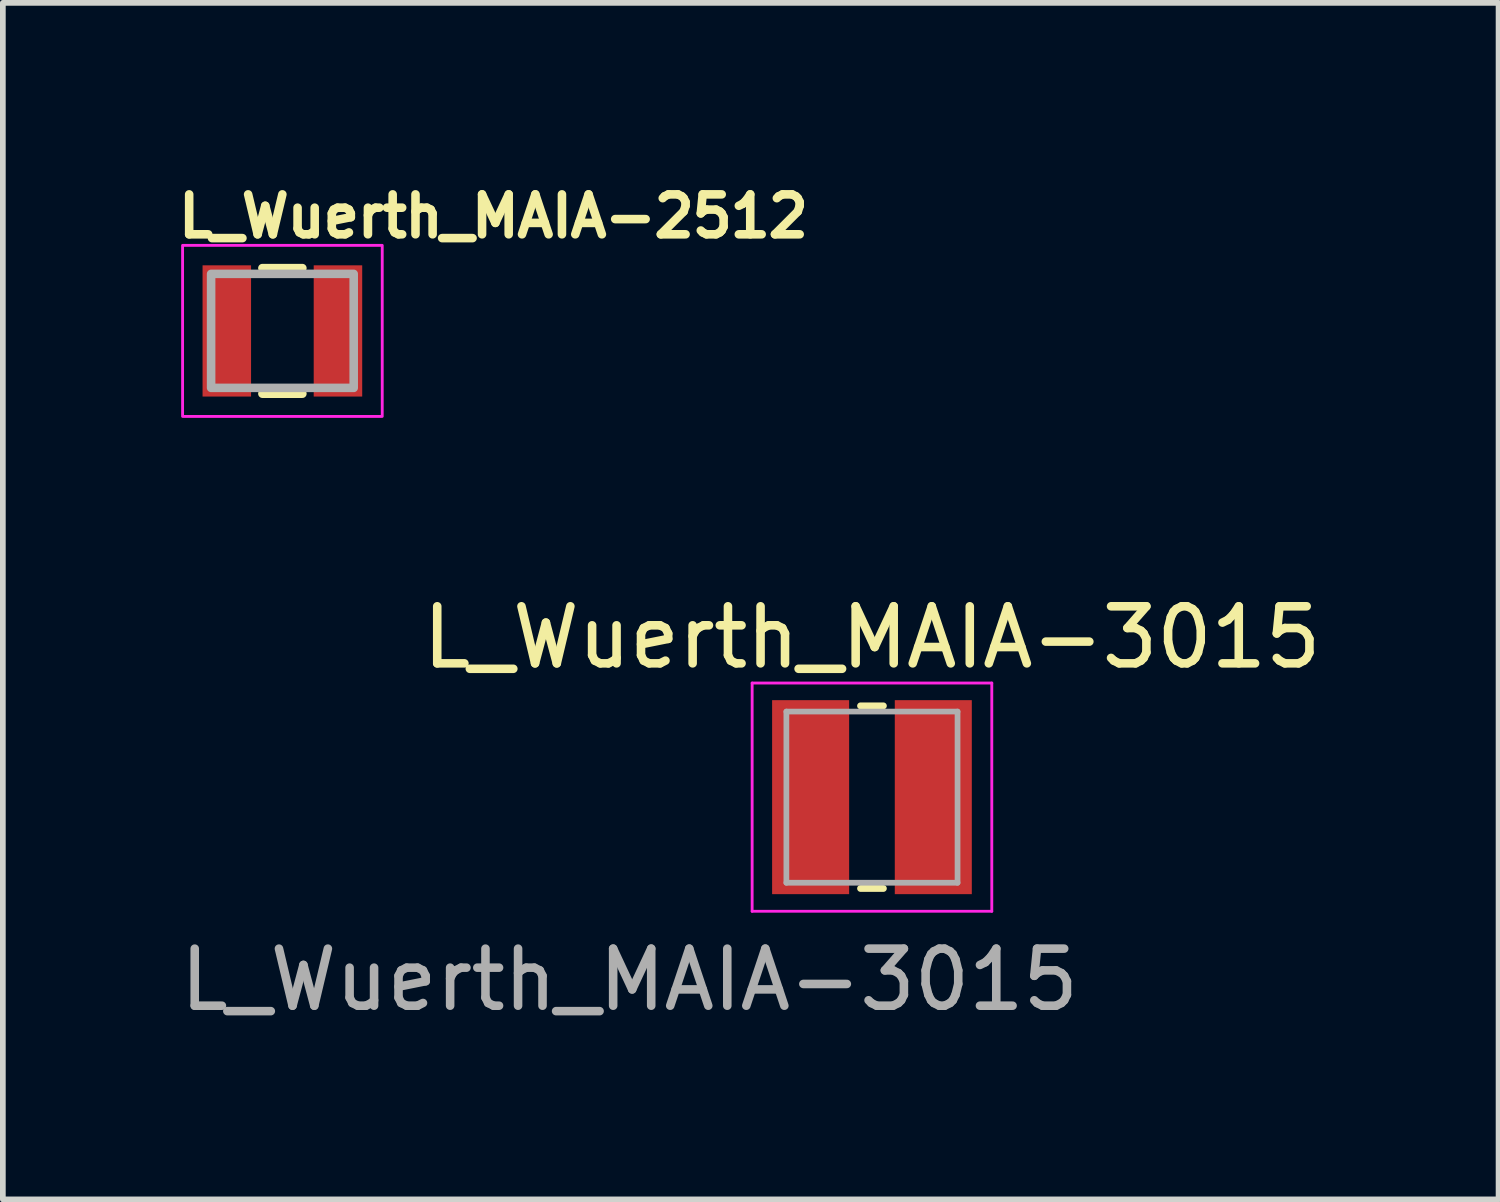
<source format=kicad_pcb>
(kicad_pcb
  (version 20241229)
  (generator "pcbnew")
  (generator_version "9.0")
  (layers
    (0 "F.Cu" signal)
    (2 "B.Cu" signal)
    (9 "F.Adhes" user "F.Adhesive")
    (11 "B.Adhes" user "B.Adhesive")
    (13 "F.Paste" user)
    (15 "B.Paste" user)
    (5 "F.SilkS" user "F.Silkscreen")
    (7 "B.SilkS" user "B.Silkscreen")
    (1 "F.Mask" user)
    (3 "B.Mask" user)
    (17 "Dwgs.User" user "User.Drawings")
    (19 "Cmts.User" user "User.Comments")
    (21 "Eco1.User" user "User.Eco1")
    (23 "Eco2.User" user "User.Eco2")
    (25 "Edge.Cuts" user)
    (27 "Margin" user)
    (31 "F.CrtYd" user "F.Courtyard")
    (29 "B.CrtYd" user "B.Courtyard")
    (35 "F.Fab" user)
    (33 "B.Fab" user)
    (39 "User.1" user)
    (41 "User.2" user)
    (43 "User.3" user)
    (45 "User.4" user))
  (footprint "L_Wuerth_MAIA-3015"
    (layer "F.Cu")
    (at 12.232 10.871)
    (property "Reference" "L_Wuerth_MAIA-3015" (at 0 -2.75 0) (unlocked yes) (layer "F.SilkS") (effects (font (size 1 1) (thickness 0.15))))
    (attr smd)
    (fp_line (start -0.2 -1.55) (end 0.2 -1.55) (stroke (width 0.12) (type solid)) (layer "F.SilkS"))
    (fp_line (start -0.2 1.65) (end 0.2 1.65) (stroke (width 0.12) (type solid)) (layer "F.SilkS"))
    (fp_line (start -2.1 -1.95) (end -2.1 2.05) (stroke (width 0.05) (type solid)) (layer "F.CrtYd"))
    (fp_line (start -2.1 2.05) (end 2.1 2.05) (stroke (width 0.05) (type solid)) (layer "F.CrtYd"))
    (fp_line (start 2.1 -1.95) (end -2.1 -1.95) (stroke (width 0.05) (type solid)) (layer "F.CrtYd"))
    (fp_line (start 2.1 2.05) (end 2.1 -1.95) (stroke (width 0.05) (type solid)) (layer "F.CrtYd"))
    (fp_line (start -1.5 -1.45) (end -1.5 1.55) (stroke (width 0.1) (type solid)) (layer "F.Fab"))
    (fp_line (start -1.5 1.55) (end 1.5 1.55) (stroke (width 0.1) (type solid)) (layer "F.Fab"))
    (fp_line (start 1.5 -1.45) (end -1.5 -1.45) (stroke (width 0.1) (type solid)) (layer "F.Fab"))
    (fp_line (start 1.5 1.55) (end 1.5 -1.45) (stroke (width 0.1) (type solid)) (layer "F.Fab"))
    (fp_text user "${REFERENCE}" (at -4.25 3.25 0) (unlocked yes) (layer "F.Fab") (effects (font (size 1 1) (thickness 0.15))))
    (pad "1" smd rect (at -1.075 0.05) (size 1.35 3.4) (layers "F.Cu" "F.Mask" "F.Paste"))
    (pad "2" smd rect (at 1.075 0.05) (size 1.35 3.4) (layers "F.Cu" "F.Mask" "F.Paste")))
  (footprint "L_Wuerth_MAIA-2512"
    (layer "F.Cu")
    (at 1.9 2.75)
    (property "Reference" "L_Wuerth_MAIA-2512" (at -1.9 -1.6 0) (layer "F.SilkS") (effects (font (size 0.7 0.7) (thickness 0.15)) (justify left bottom)))
    (attr smd)
    (fp_line (start -0.351 -1.101) (end 0.349 -1.101) (stroke (width 0.15) (type solid)) (layer "F.SilkS"))
    (fp_line (start -0.351 1.1) (end 0.349 1.1) (stroke (width 0.15) (type solid)) (layer "F.SilkS"))
    (fp_rect (start -1.75 -1.5) (end 1.749 1.498) (stroke (width 0.05) (type solid)) (fill no) (layer "F.CrtYd"))
    (fp_rect (start -1.25 -1) (end 1.249 0.998) (stroke (width 0.15) (type solid)) (fill no) (layer "F.Fab"))
    (fp_rect (start -1.25 -1) (end 1.249 0.998) (stroke (width 0.1) (type solid)) (fill no) (layer "User.5"))
    (fp_line (start -1.25 -1) (end 1.249 -1) (stroke (width 0.02) (type solid)) (layer "User.9"))
    (fp_line (start -1.25 0.998) (end -1.25 -1) (stroke (width 0.02) (type solid)) (layer "User.9"))
    (fp_line (start 1.249 -1) (end 1.249 0.998) (stroke (width 0.02) (type solid)) (layer "User.9"))
    (fp_line (start 1.249 0.998) (end -1.25 0.998) (stroke (width 0.02) (type solid)) (layer "User.9"))
    (pad "1" smd rect (at -0.975 0) (size 0.85 2.3) (layers "F.Cu" "F.Mask" "F.Paste"))
    (pad "2" smd rect (at 0.973 0) (size 0.85 2.3) (layers "F.Cu" "F.Mask" "F.Paste")))
  (gr_rect
    (start -3 -3)
    (end 23.214 17.97)
    (stroke (width 0.1) (type default))
    (fill no)
    (layer "Edge.Cuts")))
</source>
